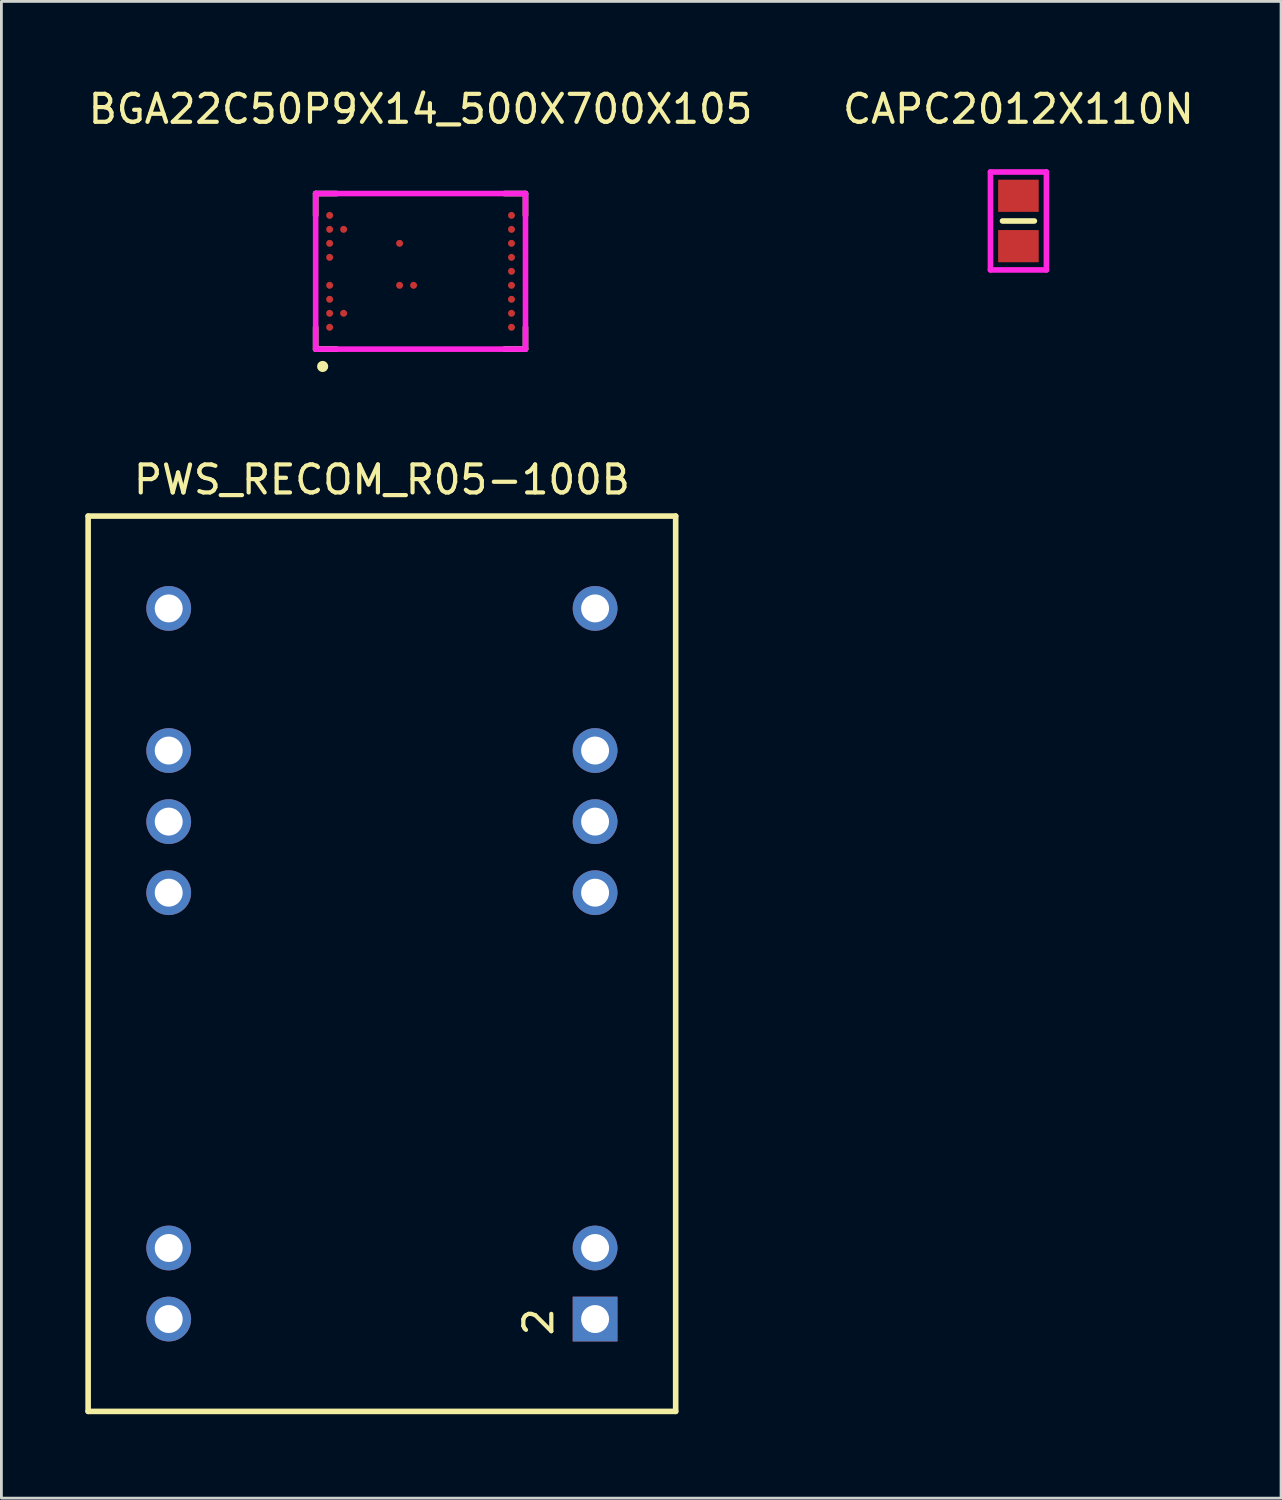
<source format=kicad_pcb>
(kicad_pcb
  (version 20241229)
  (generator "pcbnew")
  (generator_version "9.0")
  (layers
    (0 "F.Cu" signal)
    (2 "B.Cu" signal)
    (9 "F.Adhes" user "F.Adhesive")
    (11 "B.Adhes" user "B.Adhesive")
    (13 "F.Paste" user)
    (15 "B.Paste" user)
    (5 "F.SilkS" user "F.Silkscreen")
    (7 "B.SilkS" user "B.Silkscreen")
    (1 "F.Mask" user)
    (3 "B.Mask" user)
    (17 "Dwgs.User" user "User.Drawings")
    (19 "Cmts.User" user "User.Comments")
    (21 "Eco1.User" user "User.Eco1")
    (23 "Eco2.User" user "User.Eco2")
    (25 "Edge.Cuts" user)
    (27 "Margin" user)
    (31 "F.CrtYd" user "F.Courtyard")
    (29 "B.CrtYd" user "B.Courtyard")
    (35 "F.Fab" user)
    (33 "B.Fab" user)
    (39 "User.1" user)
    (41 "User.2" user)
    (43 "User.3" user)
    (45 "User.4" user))
  (footprint "PWS_RECOM_R05-100B"
    (layer "F.Cu")
    (at 10.6 31.396)
    (property "Reference" "PWS_RECOM_R05-100B" (at 0 -17.3 0) (layer "F.SilkS") (effects (font (size 1 1) (thickness 0.15))))
    (attr through_hole)
    (fp_line (start -10.5 -16) (end -10.5 16) (stroke (width 0.2) (type solid)) (layer "F.SilkS"))
    (fp_line (start -10.5 -16) (end 10.5 -16) (stroke (width 0.2) (type solid)) (layer "F.SilkS"))
    (fp_line (start -10.5 16) (end 10.5 16) (stroke (width 0.2) (type solid)) (layer "F.SilkS"))
    (fp_line (start 10.5 -16) (end 10.5 16) (stroke (width 0.2) (type solid)) (layer "F.SilkS"))
    (fp_text user "2" (at 5.6 12.8 90) (layer "F.SilkS") (effects (font (size 1 1) (thickness 0.15))))
    (pad "2" thru_hole rect (at 7.62 12.7) (size 1.6 1.6) (drill 1) (layers "*.Cu" "*.Mask"))
    (pad "3" thru_hole circle (at 7.62 10.16) (size 1.6 1.6) (drill 1) (layers "*.Cu" "*.Mask"))
    (pad "8" thru_hole circle (at 7.62 -2.54) (size 1.6 1.6) (drill 1) (layers "*.Cu" "*.Mask"))
    (pad "9" thru_hole circle (at 7.62 -5.08) (size 1.6 1.6) (drill 1) (layers "*.Cu" "*.Mask"))
    (pad "10" thru_hole circle (at 7.62 -7.62) (size 1.6 1.6) (drill 1) (layers "*.Cu" "*.Mask"))
    (pad "12" thru_hole circle (at 7.62 -12.7) (size 1.6 1.6) (drill 1) (layers "*.Cu" "*.Mask"))
    (pad "13" thru_hole circle (at -7.62 -12.7) (size 1.6 1.6) (drill 1) (layers "*.Cu" "*.Mask"))
    (pad "15" thru_hole circle (at -7.62 -7.62) (size 1.6 1.6) (drill 1) (layers "*.Cu" "*.Mask"))
    (pad "16" thru_hole circle (at -7.62 -5.08) (size 1.6 1.6) (drill 1) (layers "*.Cu" "*.Mask"))
    (pad "17" thru_hole circle (at -7.62 -2.54) (size 1.6 1.6) (drill 1) (layers "*.Cu" "*.Mask"))
    (pad "22" thru_hole circle (at -7.62 10.16) (size 1.6 1.6) (drill 1) (layers "*.Cu" "*.Mask"))
    (pad "23" thru_hole circle (at -7.62 12.7) (size 1.6 1.6) (drill 1) (layers "*.Cu" "*.Mask")))
  (footprint "BGA22C50P9X14_500X700X105"
    (layer "F.Cu")
    (at 11.982 6.648)
    (property "Reference" "BGA22C50P9X14_500X700X105" (at 0 -5.8 0) (layer "F.SilkS") (effects (font (size 1 1) (thickness 0.15))))
    (attr through_hole)
    (fp_line (start -3.75 -2.78) (end -3 -2.78) (stroke (width 0.2) (type solid)) (layer "F.SilkS"))
    (fp_line (start -3.75 -2) (end -3.75 -2.78) (stroke (width 0.2) (type solid)) (layer "F.SilkS"))
    (fp_line (start -3.75 2.78) (end -3.75 2) (stroke (width 0.2) (type solid)) (layer "F.SilkS"))
    (fp_line (start -3.75 2.78) (end -3 2.78) (stroke (width 0.2) (type solid)) (layer "F.SilkS"))
    (fp_line (start 3 -2.78) (end 3.75 -2.78) (stroke (width 0.2) (type solid)) (layer "F.SilkS"))
    (fp_line (start 3 2.78) (end 3.75 2.78) (stroke (width 0.2) (type solid)) (layer "F.SilkS"))
    (fp_line (start 3.75 -2.78) (end 3.75 -2) (stroke (width 0.2) (type solid)) (layer "F.SilkS"))
    (fp_line (start 3.75 2.78) (end 3.75 2) (stroke (width 0.2) (type solid)) (layer "F.SilkS"))
    (fp_circle (center -3.5 3.4) (end -3.4 3.4) (stroke (width 0.2) (type solid)) (fill no) (layer "F.SilkS"))
    (fp_line (start -3.75 -2.78) (end -3.75 2.78) (stroke (width 0.2) (type solid)) (layer "F.CrtYd"))
    (fp_line (start -3.75 2.78) (end 3.75 2.78) (stroke (width 0.2) (type solid)) (layer "F.CrtYd"))
    (fp_line (start 3.75 -2.78) (end -3.75 -2.78) (stroke (width 0.2) (type solid)) (layer "F.CrtYd"))
    (fp_line (start 3.75 2.78) (end 3.75 -2.78) (stroke (width 0.2) (type solid)) (layer "F.CrtYd"))
    (pad "A1" smd circle (at -3.25 2) (size 0.25 0.25) (layers "F.Cu" "F.Mask" "F.Paste"))
    (pad "A2" smd circle (at -3.25 1.5) (size 0.25 0.25) (layers "F.Cu" "F.Mask" "F.Paste"))
    (pad "A3" smd circle (at -3.25 1) (size 0.25 0.25) (layers "F.Cu" "F.Mask" "F.Paste"))
    (pad "A4" smd circle (at -3.25 0.5) (size 0.25 0.25) (layers "F.Cu" "F.Mask" "F.Paste"))
    (pad "A6" smd circle (at -3.25 -0.5) (size 0.25 0.25) (layers "F.Cu" "F.Mask" "F.Paste"))
    (pad "A7" smd circle (at -3.25 -1) (size 0.25 0.25) (layers "F.Cu" "F.Mask" "F.Paste"))
    (pad "A8" smd circle (at -3.25 -1.5) (size 0.25 0.25) (layers "F.Cu" "F.Mask" "F.Paste"))
    (pad "A9" smd circle (at -3.25 -2) (size 0.25 0.25) (layers "F.Cu" "F.Mask" "F.Paste"))
    (pad "B2" smd circle (at -2.75 1.5) (size 0.25 0.25) (layers "F.Cu" "F.Mask" "F.Paste"))
    (pad "B8" smd circle (at -2.75 -1.5) (size 0.25 0.25) (layers "F.Cu" "F.Mask" "F.Paste"))
    (pad "F4" smd circle (at -0.75 0.5) (size 0.25 0.25) (layers "F.Cu" "F.Mask" "F.Paste"))
    (pad "F7" smd circle (at -0.75 -1) (size 0.25 0.25) (layers "F.Cu" "F.Mask" "F.Paste"))
    (pad "G4" smd circle (at -0.25 0.5) (size 0.25 0.25) (layers "F.Cu" "F.Mask" "F.Paste"))
    (pad "P1" smd circle (at 3.25 2) (size 0.25 0.25) (layers "F.Cu" "F.Mask" "F.Paste"))
    (pad "P2" smd circle (at 3.25 1.5) (size 0.25 0.25) (layers "F.Cu" "F.Mask" "F.Paste"))
    (pad "P3" smd circle (at 3.25 1) (size 0.25 0.25) (layers "F.Cu" "F.Mask" "F.Paste"))
    (pad "P4" smd circle (at 3.25 0.5) (size 0.25 0.25) (layers "F.Cu" "F.Mask" "F.Paste"))
    (pad "P5" smd circle (at 3.25 0) (size 0.25 0.25) (layers "F.Cu" "F.Mask" "F.Paste"))
    (pad "P6" smd circle (at 3.25 -0.5) (size 0.25 0.25) (layers "F.Cu" "F.Mask" "F.Paste"))
    (pad "P7" smd circle (at 3.25 -1) (size 0.25 0.25) (layers "F.Cu" "F.Mask" "F.Paste"))
    (pad "P8" smd circle (at 3.25 -1.5) (size 0.25 0.25) (layers "F.Cu" "F.Mask" "F.Paste"))
    (pad "P9" smd circle (at 3.25 -2) (size 0.25 0.25) (layers "F.Cu" "F.Mask" "F.Paste")))
  (footprint "CAPC2012X110N"
    (layer "F.Cu")
    (at 33.351 4.848)
    (property "Reference" "CAPC2012X110N" (at 0 -4 0) (layer "F.SilkS") (effects (font (size 1 1) (thickness 0.15))))
    (attr through_hole)
    (fp_line (start -0.57 0) (end 0.57 0) (stroke (width 0.2) (type solid)) (layer "F.SilkS"))
    (fp_line (start -1 -1.75) (end -1 1.75) (stroke (width 0.2) (type solid)) (layer "F.CrtYd"))
    (fp_line (start -1 1.75) (end 1 1.75) (stroke (width 0.2) (type solid)) (layer "F.CrtYd"))
    (fp_line (start 1 -1.75) (end -1 -1.75) (stroke (width 0.2) (type solid)) (layer "F.CrtYd"))
    (fp_line (start 1 1.75) (end 1 -1.75) (stroke (width 0.2) (type solid)) (layer "F.CrtYd"))
    (pad "1" smd rect (at 0 0.9 90) (size 1.15 1.45) (layers "F.Cu" "F.Mask" "F.Paste"))
    (pad "2" smd rect (at 0 -0.9 90) (size 1.15 1.45) (layers "F.Cu" "F.Mask" "F.Paste")))
  (gr_rect
    (start -3 -3)
    (end 42.738 50.496)
    (stroke (width 0.1) (type default))
    (fill no)
    (layer "Edge.Cuts")))
</source>
